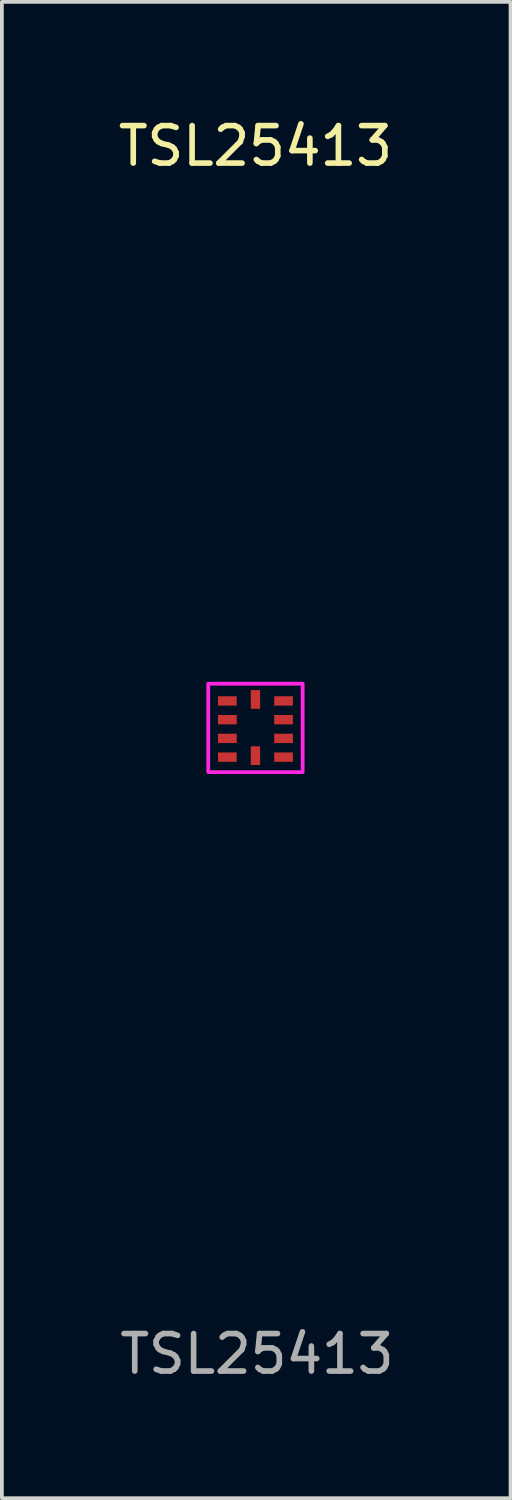
<source format=kicad_pcb>
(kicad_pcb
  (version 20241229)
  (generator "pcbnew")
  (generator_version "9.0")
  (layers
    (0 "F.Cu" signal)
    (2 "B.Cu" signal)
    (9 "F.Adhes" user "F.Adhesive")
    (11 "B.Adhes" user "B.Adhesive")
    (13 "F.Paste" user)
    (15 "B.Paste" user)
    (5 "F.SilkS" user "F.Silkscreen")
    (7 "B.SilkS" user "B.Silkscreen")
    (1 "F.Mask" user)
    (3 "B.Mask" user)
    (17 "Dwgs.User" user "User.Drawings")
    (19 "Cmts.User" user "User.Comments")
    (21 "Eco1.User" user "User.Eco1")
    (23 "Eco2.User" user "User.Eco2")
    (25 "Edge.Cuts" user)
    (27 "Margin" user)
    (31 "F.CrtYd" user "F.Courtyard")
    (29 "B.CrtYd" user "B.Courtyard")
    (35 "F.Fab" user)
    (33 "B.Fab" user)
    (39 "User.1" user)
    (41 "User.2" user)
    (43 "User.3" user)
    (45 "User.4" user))
  (footprint "TSL25413"
    (layer "F.Cu")
    (at 3.768 16.448)
    (property "Reference" "TSL25413" (at 0 -15.6 0) (unlocked yes) (layer "F.SilkS") (effects (font (size 1 1) (thickness 0.15))))
    (fp_rect (start -1.26 -1.25) (end 1.26 1.11) (stroke (width 0.1) (type solid)) (fill no) (layer "F.CrtYd"))
    (fp_text user "${REFERENCE}" (at 0.04 16.64 0) (unlocked yes) (layer "F.Fab") (effects (font (size 1 1) (thickness 0.15))))
    (pad "1" smd rect (at -0.75 -0.79) (size 0.5 0.25) (layers "F.Cu" "F.Mask" "F.Paste"))
    (pad "2" smd rect (at -0.75 -0.29) (size 0.5 0.25) (layers "F.Cu" "F.Mask" "F.Paste"))
    (pad "3" smd rect (at -0.75 0.21) (size 0.5 0.25) (layers "F.Cu" "F.Mask" "F.Paste"))
    (pad "4" smd rect (at -0.75 0.71) (size 0.5 0.25) (layers "F.Cu" "F.Mask" "F.Paste"))
    (pad "5" smd rect (at 0 0.67 90) (size 0.5 0.25) (layers "F.Cu" "F.Mask" "F.Paste"))
    (pad "6" smd rect (at 0.75 0.71 180) (size 0.5 0.25) (layers "F.Cu" "F.Mask" "F.Paste"))
    (pad "7" smd rect (at 0.75 0.21 180) (size 0.5 0.25) (layers "F.Cu" "F.Mask" "F.Paste"))
    (pad "8" smd rect (at 0.75 -0.29 180) (size 0.5 0.25) (layers "F.Cu" "F.Mask" "F.Paste"))
    (pad "9" smd rect (at 0.75 -0.79 180) (size 0.5 0.25) (layers "F.Cu" "F.Mask" "F.Paste"))
    (pad "10" smd rect (at 0 -0.83 270) (size 0.5 0.25) (layers "F.Cu" "F.Mask" "F.Paste")))
  (gr_rect
    (start -3 -3)
    (end 10.576 36.937)
    (stroke (width 0.1) (type default))
    (fill no)
    (layer "Edge.Cuts")))
</source>
